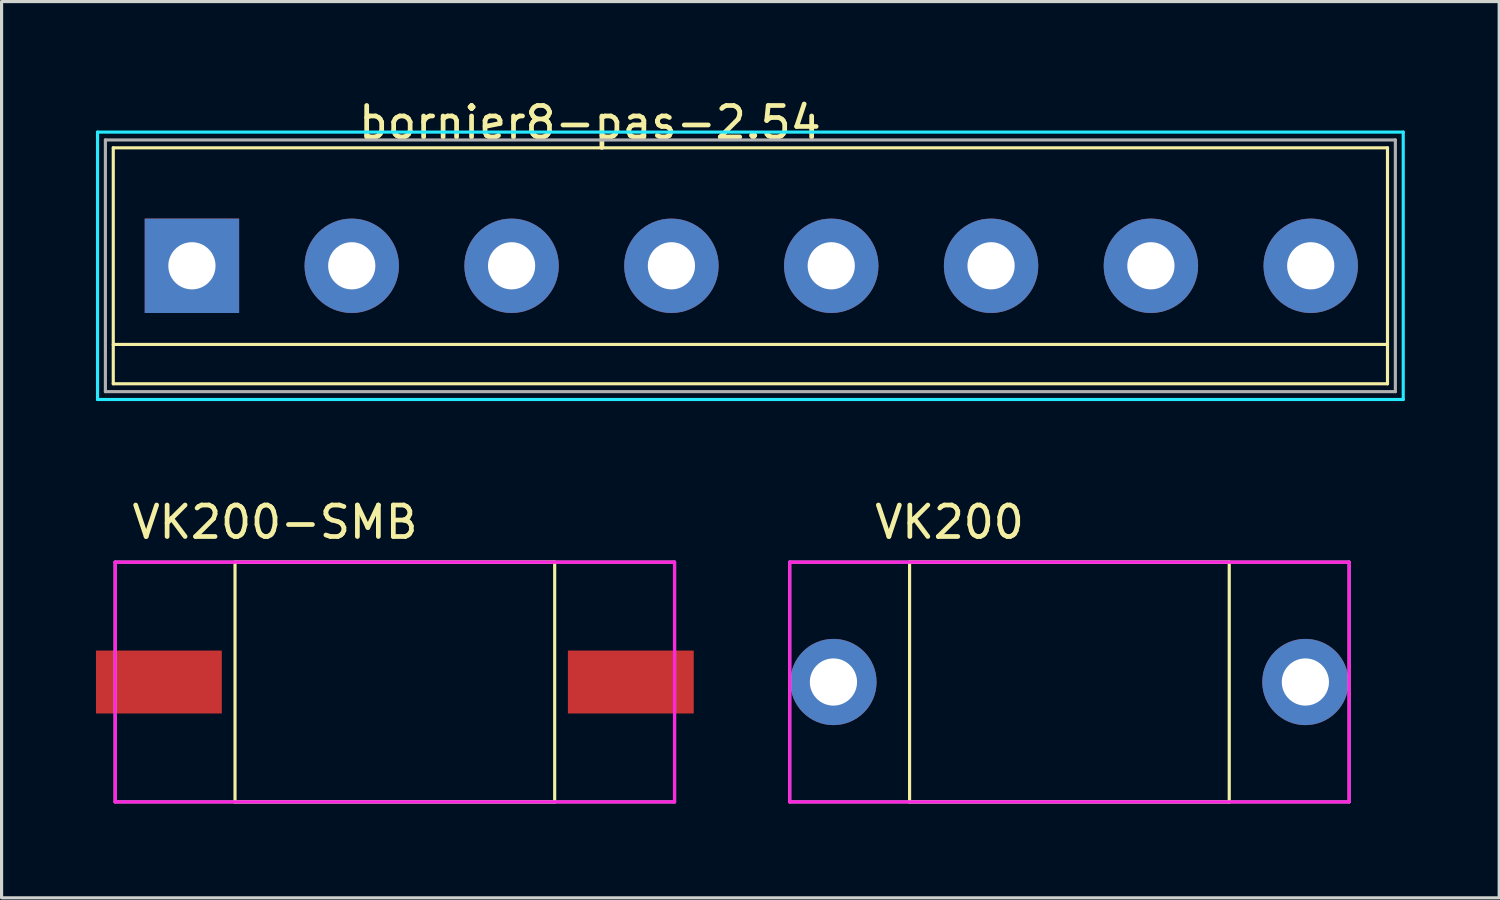
<source format=kicad_pcb>
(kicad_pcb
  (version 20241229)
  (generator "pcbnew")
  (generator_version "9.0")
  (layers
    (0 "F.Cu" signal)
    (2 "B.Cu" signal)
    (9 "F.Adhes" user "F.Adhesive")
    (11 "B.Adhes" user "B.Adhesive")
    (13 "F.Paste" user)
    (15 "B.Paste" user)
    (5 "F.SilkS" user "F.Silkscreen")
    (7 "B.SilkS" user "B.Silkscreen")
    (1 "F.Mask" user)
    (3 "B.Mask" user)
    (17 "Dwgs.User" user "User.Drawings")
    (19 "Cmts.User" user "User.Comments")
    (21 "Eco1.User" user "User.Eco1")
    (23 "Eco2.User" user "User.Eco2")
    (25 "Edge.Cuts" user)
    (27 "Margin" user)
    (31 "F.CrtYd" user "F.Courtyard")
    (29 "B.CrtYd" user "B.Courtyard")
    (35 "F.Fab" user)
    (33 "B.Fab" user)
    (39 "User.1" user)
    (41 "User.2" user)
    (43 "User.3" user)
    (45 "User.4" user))
  (footprint "VK200"
    (layer "F.Cu")
    (at 30.94 18.627)
    (property "Reference" "VK200" (at -3.81 -5.08 0) (layer "F.SilkS") (effects (font (size 1 1) (thickness 0.15))))
    (attr through_hole)
    (fp_line (start -5.08 -3.81) (end -5.08 3.81) (stroke (width 0.1) (type solid)) (layer "F.SilkS"))
    (fp_line (start -5.08 3.81) (end 5.08 3.81) (stroke (width 0.1) (type solid)) (layer "F.SilkS"))
    (fp_line (start 5.08 -3.81) (end -5.08 -3.81) (stroke (width 0.1) (type solid)) (layer "F.SilkS"))
    (fp_line (start 5.08 3.81) (end 5.08 -3.81) (stroke (width 0.1) (type solid)) (layer "F.SilkS"))
    (fp_line (start -8.89 -3.81) (end 8.89 -3.81) (stroke (width 0.1) (type solid)) (layer "F.CrtYd"))
    (fp_line (start -8.89 3.81) (end -8.89 -3.81) (stroke (width 0.1) (type solid)) (layer "F.CrtYd"))
    (fp_line (start 8.89 -3.81) (end 8.89 3.81) (stroke (width 0.1) (type solid)) (layer "F.CrtYd"))
    (fp_line (start 8.89 3.81) (end -8.89 3.81) (stroke (width 0.1) (type solid)) (layer "F.CrtYd"))
    (fp_line (start -8.89 -3.81) (end 8.89 -3.81) (stroke (width 0.1) (type solid)) (layer "F.Fab"))
    (fp_line (start -8.89 3.81) (end -8.89 -3.81) (stroke (width 0.1) (type solid)) (layer "F.Fab"))
    (fp_line (start 8.89 -3.81) (end 8.89 3.81) (stroke (width 0.1) (type solid)) (layer "F.Fab"))
    (fp_line (start 8.89 3.81) (end -8.89 3.81) (stroke (width 0.1) (type solid)) (layer "F.Fab"))
    (pad "1" thru_hole circle (at -7.5 0) (size 2.74 2.74) (drill 1.5) (layers "*.Cu" "*.Mask"))
    (pad "2" thru_hole circle (at 7.5 0) (size 2.74 2.74) (drill 1.5) (layers "*.Cu" "*.Mask")))
  (footprint "VK200-SMB"
    (layer "F.Cu")
    (at 9.5 18.627)
    (property "Reference" "VK200-SMB" (at -3.81 -5.08 0) (layer "F.SilkS") (effects (font (size 1 1) (thickness 0.15))))
    (attr through_hole)
    (fp_line (start -5.08 -3.81) (end -5.08 3.81) (stroke (width 0.1) (type solid)) (layer "F.SilkS"))
    (fp_line (start -5.08 3.81) (end 5.08 3.81) (stroke (width 0.1) (type solid)) (layer "F.SilkS"))
    (fp_line (start 5.08 -3.81) (end -5.08 -3.81) (stroke (width 0.1) (type solid)) (layer "F.SilkS"))
    (fp_line (start 5.08 3.81) (end 5.08 -3.81) (stroke (width 0.1) (type solid)) (layer "F.SilkS"))
    (fp_line (start -8.89 -3.81) (end 8.89 -3.81) (stroke (width 0.1) (type solid)) (layer "F.CrtYd"))
    (fp_line (start -8.89 3.81) (end -8.89 -3.81) (stroke (width 0.1) (type solid)) (layer "F.CrtYd"))
    (fp_line (start 8.89 -3.81) (end 8.89 3.81) (stroke (width 0.1) (type solid)) (layer "F.CrtYd"))
    (fp_line (start 8.89 3.81) (end -8.89 3.81) (stroke (width 0.1) (type solid)) (layer "F.CrtYd"))
    (fp_line (start -8.89 -3.81) (end 8.89 -3.81) (stroke (width 0.1) (type solid)) (layer "F.Fab"))
    (fp_line (start -8.89 3.81) (end -8.89 -3.81) (stroke (width 0.1) (type solid)) (layer "F.Fab"))
    (fp_line (start 8.89 -3.81) (end 8.89 3.81) (stroke (width 0.1) (type solid)) (layer "F.Fab"))
    (fp_line (start 8.89 3.81) (end -8.89 3.81) (stroke (width 0.1) (type solid)) (layer "F.Fab"))
    (pad "1" smd rect (at -7.5 0) (size 4 2) (layers "F.Cu" "F.Mask" "F.Paste"))
    (pad "2" smd rect (at 7.5 0) (size 4 2) (layers "F.Cu" "F.Mask" "F.Paste")))
  (footprint "bornier8-pas-2.54"
    (layer "F.Cu")
    (at 3.05 5.398)
    (property "Reference" "bornier8-pas-2.54" (at 12.65 -4.55 0) (layer "F.SilkS") (effects (font (size 1 1) (thickness 0.15))))
    (attr through_hole)
    (fp_line (start -2.5 -3.75) (end 38 -3.75) (stroke (width 0.1) (type solid)) (layer "F.SilkS"))
    (fp_line (start -2.5 2.5) (end 38 2.5) (stroke (width 0.1) (type solid)) (layer "F.SilkS"))
    (fp_line (start -2.5 3.75) (end -2.5 -3.75) (stroke (width 0.1) (type solid)) (layer "F.SilkS"))
    (fp_line (start 38 -3.75) (end 38 3.75) (stroke (width 0.1) (type solid)) (layer "F.SilkS"))
    (fp_line (start 38 3.75) (end -2.5 3.75) (stroke (width 0.1) (type solid)) (layer "F.SilkS"))
    (fp_line (start -3 -4.25) (end 38.5 -4.25) (stroke (width 0.1) (type solid)) (layer "B.CrtYd"))
    (fp_line (start -3 4.25) (end -3 -4.25) (stroke (width 0.1) (type solid)) (layer "B.CrtYd"))
    (fp_line (start 38.5 -4.25) (end 38.5 4.25) (stroke (width 0.1) (type solid)) (layer "B.CrtYd"))
    (fp_line (start 38.5 4.25) (end -3 4.25) (stroke (width 0.1) (type solid)) (layer "B.CrtYd"))
    (fp_line (start -2.75 -4) (end 38.25 -4) (stroke (width 0.1) (type solid)) (layer "F.Fab"))
    (fp_line (start -2.75 4) (end -2.75 -4) (stroke (width 0.1) (type solid)) (layer "F.Fab"))
    (fp_line (start 38.25 -4) (end 38.25 4) (stroke (width 0.1) (type solid)) (layer "F.Fab"))
    (fp_line (start 38.25 4) (end -2.75 4) (stroke (width 0.1) (type solid)) (layer "F.Fab"))
    (pad "1" thru_hole rect (at 0 0) (size 3 3) (drill 1.5) (layers "*.Cu" "*.Mask"))
    (pad "2" thru_hole circle (at 5.08 0) (size 3 3) (drill 1.5) (layers "*.Cu" "*.Mask"))
    (pad "3" thru_hole circle (at 10.16 0) (size 3 3) (drill 1.5) (layers "*.Cu" "*.Mask"))
    (pad "4" thru_hole circle (at 15.24 0) (size 3 3) (drill 1.5) (layers "*.Cu" "*.Mask"))
    (pad "5" thru_hole circle (at 20.32 0) (size 3 3) (drill 1.5) (layers "*.Cu" "*.Mask"))
    (pad "6" thru_hole circle (at 25.4 0) (size 3 3) (drill 1.5) (layers "*.Cu" "*.Mask"))
    (pad "7" thru_hole circle (at 30.48 0) (size 3 3) (drill 1.5) (layers "*.Cu" "*.Mask"))
    (pad "8" thru_hole circle (at 35.56 0) (size 3 3) (drill 1.5) (layers "*.Cu" "*.Mask")))
  (gr_rect
    (start -3 -3)
    (end 44.6 25.486)
    (stroke (width 0.1) (type default))
    (fill no)
    (layer "Edge.Cuts")))
</source>
